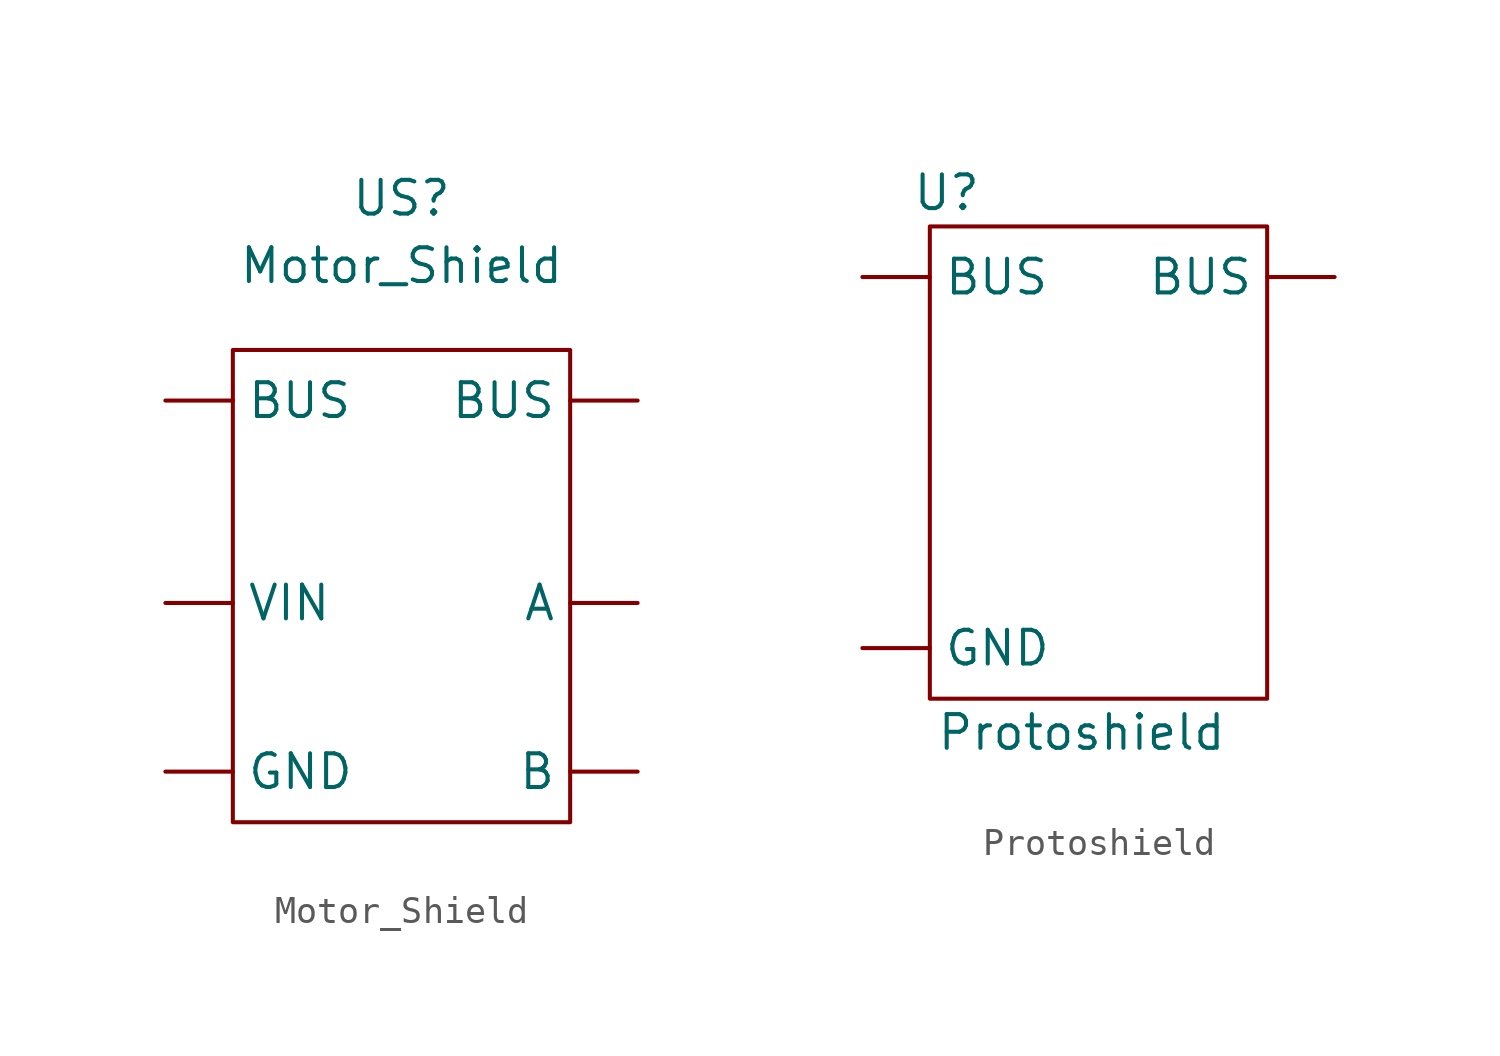
<source format=kicad_sym>
(kicad_symbol_lib
  (version 20211014)
  (generator kicad_symbol_editor)
  (symbol "Motor_Shield"
    (property "Reference" "US"
      (at 0 15.24 0)
      (effects (font (size 1.27 1.27))))
    (property "Value" "Motor_Shield"
      (at 0 12.7 0)
      (effects (font (size 1.27 1.27))))
    (symbol "Motor_Shield_0_1"
      (rectangle (start -6.35 -8.255) (end 6.35 9.525) (stroke (width 0) (type default) (color 0 0 0 0)) (fill (type none))))
    (symbol "Motor_Shield_1_1"
      (pin bidirectional line (at 8.89 0 180) (length 2.54) (name "A" (effects (font (size 1.27 1.27)))) (number "" (effects (font (size 1.27 1.27)))))
      (pin bidirectional line (at 8.89 -6.35 180) (length 2.54) (name "B" (effects (font (size 1.27 1.27)))) (number "" (effects (font (size 1.27 1.27)))))
      (pin unspecified line (at -8.89 7.62 0) (length 2.54) (name "BUS" (effects (font (size 1.27 1.27)))) (number "" (effects (font (size 1.27 1.27)))))
      (pin unspecified line (at 8.89 7.62 180) (length 2.54) (name "BUS" (effects (font (size 1.27 1.27)))) (number "" (effects (font (size 1.27 1.27)))))
      (pin unspecified line (at -8.89 -6.35 0) (length 2.54) (name "GND" (effects (font (size 1.27 1.27)))) (number "" (effects (font (size 1.27 1.27)))))
      (pin power_in line (at -8.89 0 0) (length 2.54) (name "VIN" (effects (font (size 1.27 1.27)))) (number "" (effects (font (size 1.27 1.27)))))))
  (symbol "Protoshield"
    (property "Reference" "U"
      (at -5.715 10.795 0)
      (effects (font (size 1.27 1.27))))
    (property "Value" "Protoshield"
      (at -0.635 -9.525 0)
      (effects (font (size 1.27 1.27))))
    (symbol "Protoshield_0_1"
      (rectangle (start -6.35 -8.255) (end 6.35 9.525) (stroke (width 0) (type default) (color 0 0 0 0)) (fill (type none))))
    (symbol "Protoshield_1_1"
      (pin unspecified line (at -8.89 7.62 0) (length 2.54) (name "BUS" (effects (font (size 1.27 1.27)))) (number "" (effects (font (size 1.27 1.27)))))
      (pin unspecified line (at 8.89 7.62 180) (length 2.54) (name "BUS" (effects (font (size 1.27 1.27)))) (number "" (effects (font (size 1.27 1.27)))))
      (pin unspecified line (at -8.89 -6.35 0) (length 2.54) (name "GND" (effects (font (size 1.27 1.27)))) (number "" (effects (font (size 1.27 1.27))))))))
</source>
